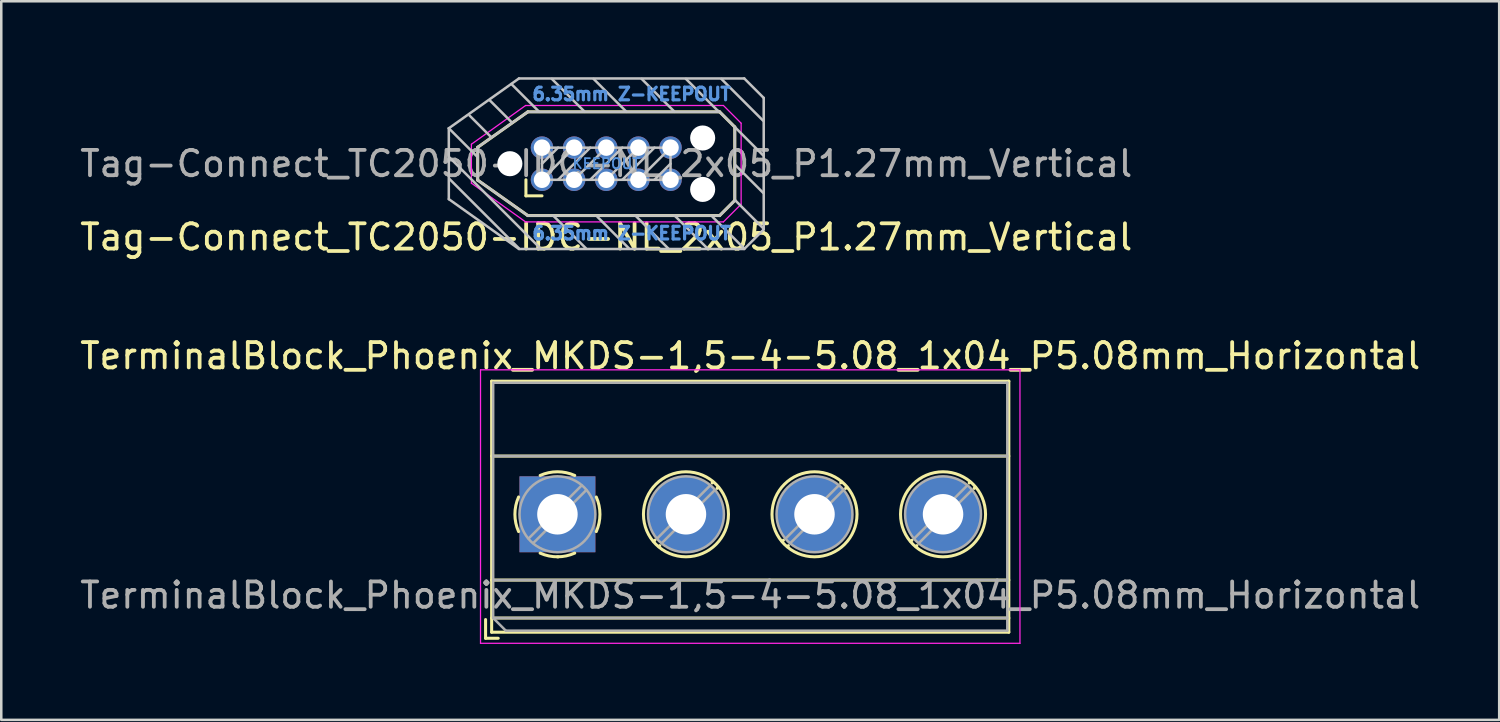
<source format=kicad_pcb>
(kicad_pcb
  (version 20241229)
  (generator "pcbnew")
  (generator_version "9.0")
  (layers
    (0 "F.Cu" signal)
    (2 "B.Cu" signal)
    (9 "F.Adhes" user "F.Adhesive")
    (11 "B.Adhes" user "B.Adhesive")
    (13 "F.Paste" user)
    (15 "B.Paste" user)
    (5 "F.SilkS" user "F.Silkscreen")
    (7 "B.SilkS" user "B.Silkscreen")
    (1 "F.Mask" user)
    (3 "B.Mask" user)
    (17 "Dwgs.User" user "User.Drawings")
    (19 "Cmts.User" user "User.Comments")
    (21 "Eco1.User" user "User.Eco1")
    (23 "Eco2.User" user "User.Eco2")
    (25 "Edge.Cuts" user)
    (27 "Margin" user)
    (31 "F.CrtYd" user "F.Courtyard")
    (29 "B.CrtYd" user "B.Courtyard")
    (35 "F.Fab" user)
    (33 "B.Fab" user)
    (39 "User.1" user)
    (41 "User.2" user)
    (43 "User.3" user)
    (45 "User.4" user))
  (footprint "Tag-Connect_TC2050-IDC-NL_2x05_P1.27mm_Vertical"
    (layer "F.Cu")
    (at 20.911 3.42)
    (property "Reference" "Tag-Connect_TC2050-IDC-NL_2x05_P1.27mm_Vertical" (at 0 2.9 0) (layer "F.SilkS") (effects (font (size 1 1) (thickness 0.15))))
    (attr exclude_from_pos_files exclude_from_bom)
    (fp_line (start -5.08 -0.65) (end -3.1 -2.05) (stroke (width 0.12) (type solid)) (layer "F.SilkS"))
    (fp_line (start -5.08 0.65) (end -5.08 -0.65) (stroke (width 0.12) (type solid)) (layer "F.SilkS"))
    (fp_line (start -3.175 1.27) (end -3.175 0.635) (stroke (width 0.12) (type solid)) (layer "F.SilkS"))
    (fp_line (start -3.1 -2.05) (end 4.48 -2.05) (stroke (width 0.12) (type solid)) (layer "F.SilkS"))
    (fp_line (start -3.1 2.05) (end -5.08 0.65) (stroke (width 0.12) (type solid)) (layer "F.SilkS"))
    (fp_line (start -2.54 1.27) (end -3.175 1.27) (stroke (width 0.12) (type solid)) (layer "F.SilkS"))
    (fp_line (start 4.48 -2.05) (end 5.08 -1.45) (stroke (width 0.12) (type solid)) (layer "F.SilkS"))
    (fp_line (start 4.48 2.05) (end -3.1 2.05) (stroke (width 0.12) (type solid)) (layer "F.SilkS"))
    (fp_line (start 4.48 2.05) (end 5.08 1.45) (stroke (width 0.12) (type solid)) (layer "F.SilkS"))
    (fp_line (start 5.08 -1.45) (end 5.08 1.45) (stroke (width 0.12) (type solid)) (layer "F.SilkS"))
    (fp_line (start -6.223 -1.4) (end -5.1 -0.277) (stroke (width 0.1) (type solid)) (layer "Dwgs.User"))
    (fp_line (start -6.223 -1.4) (end -3.45 -3.37) (stroke (width 0.1) (type solid)) (layer "Dwgs.User"))
    (fp_line (start -6.223 1.4) (end -6.223 -1.4) (stroke (width 0.1) (type solid)) (layer "Dwgs.User"))
    (fp_line (start -6.223 1.4) (end -3.45 3.37) (stroke (width 0.1) (type solid)) (layer "Dwgs.User"))
    (fp_line (start -6.2 -0.25) (end -2.6 3.35) (stroke (width 0.1) (type solid)) (layer "Dwgs.User"))
    (fp_line (start -6.2 0.6) (end -3.45 3.35) (stroke (width 0.1) (type solid)) (layer "Dwgs.User"))
    (fp_line (start -5.4 -1.9) (end -4.55 -1.05) (stroke (width 0.1) (type solid)) (layer "Dwgs.User"))
    (fp_line (start -5.08 -0.65) (end -3.1 -2.05) (stroke (width 0.1) (type solid)) (layer "Dwgs.User"))
    (fp_line (start -5.08 0.65) (end -5.08 -0.65) (stroke (width 0.1) (type solid)) (layer "Dwgs.User"))
    (fp_line (start -4.6 -2.5) (end -3.75 -1.65) (stroke (width 0.1) (type solid)) (layer "Dwgs.User"))
    (fp_line (start -3.75 -3.15) (end -2.65 -2.05) (stroke (width 0.1) (type solid)) (layer "Dwgs.User"))
    (fp_line (start -3.45 -3.37) (end 5.453 -3.37) (stroke (width 0.1) (type solid)) (layer "Dwgs.User"))
    (fp_line (start -3.1 -2.05) (end 4.48 -2.05) (stroke (width 0.1) (type solid)) (layer "Dwgs.User"))
    (fp_line (start -3.1 2.05) (end -5.08 0.65) (stroke (width 0.1) (type solid)) (layer "Dwgs.User"))
    (fp_line (start -2.54 -0.635) (end 2.54 -0.635) (stroke (width 0.1) (type solid)) (layer "Dwgs.User"))
    (fp_line (start -2.54 0) (end -1.905 -0.635) (stroke (width 0.1) (type solid)) (layer "Dwgs.User"))
    (fp_line (start -2.54 0.635) (end -2.54 -0.635) (stroke (width 0.1) (type solid)) (layer "Dwgs.User"))
    (fp_line (start -2.54 0.635) (end -1.27 -0.635) (stroke (width 0.1) (type solid)) (layer "Dwgs.User"))
    (fp_line (start -2.15 -3.35) (end -0.85 -2.05) (stroke (width 0.1) (type solid)) (layer "Dwgs.User"))
    (fp_line (start -2.1 2.05) (end -0.8 3.35) (stroke (width 0.1) (type solid)) (layer "Dwgs.User"))
    (fp_line (start -1.905 0.635) (end -0.635 -0.635) (stroke (width 0.1) (type solid)) (layer "Dwgs.User"))
    (fp_line (start -1.27 0.635) (end 0 -0.635) (stroke (width 0.1) (type solid)) (layer "Dwgs.User"))
    (fp_line (start -0.635 0.635) (end 0.635 -0.635) (stroke (width 0.1) (type solid)) (layer "Dwgs.User"))
    (fp_line (start -0.5 -3.35) (end 0.8 -2.05) (stroke (width 0.1) (type solid)) (layer "Dwgs.User"))
    (fp_line (start -0.35 2.1) (end 0.9 3.35) (stroke (width 0.1) (type solid)) (layer "Dwgs.User"))
    (fp_line (start 0 0.635) (end 1.27 -0.635) (stroke (width 0.1) (type solid)) (layer "Dwgs.User"))
    (fp_line (start 0.635 0.635) (end 1.905 -0.635) (stroke (width 0.1) (type solid)) (layer "Dwgs.User"))
    (fp_line (start 1.15 2.05) (end 2.45 3.35) (stroke (width 0.1) (type solid)) (layer "Dwgs.User"))
    (fp_line (start 1.27 0.635) (end 2.54 -0.635) (stroke (width 0.1) (type solid)) (layer "Dwgs.User"))
    (fp_line (start 1.4 -3.35) (end 2.7 -2.05) (stroke (width 0.1) (type solid)) (layer "Dwgs.User"))
    (fp_line (start 1.905 0.635) (end 2.54 0) (stroke (width 0.1) (type solid)) (layer "Dwgs.User"))
    (fp_line (start 2.54 -0.635) (end 2.54 0.635) (stroke (width 0.1) (type solid)) (layer "Dwgs.User"))
    (fp_line (start 2.54 0.635) (end -2.54 0.635) (stroke (width 0.1) (type solid)) (layer "Dwgs.User"))
    (fp_line (start 2.7 2.05) (end 4 3.35) (stroke (width 0.1) (type solid)) (layer "Dwgs.User"))
    (fp_line (start 3.15 -3.35) (end 4.4 -2.1) (stroke (width 0.1) (type solid)) (layer "Dwgs.User"))
    (fp_line (start 4.2 2.1) (end 5.45 3.35) (stroke (width 0.1) (type solid)) (layer "Dwgs.User"))
    (fp_line (start 4.4 -2.1) (end 4.45 -2.05) (stroke (width 0.1) (type solid)) (layer "Dwgs.User"))
    (fp_line (start 4.48 -2.05) (end 5.08 -1.45) (stroke (width 0.1) (type solid)) (layer "Dwgs.User"))
    (fp_line (start 4.48 2.05) (end -3.1 2.05) (stroke (width 0.1) (type solid)) (layer "Dwgs.User"))
    (fp_line (start 4.48 2.05) (end 5.08 1.45) (stroke (width 0.1) (type solid)) (layer "Dwgs.User"))
    (fp_line (start 4.55 -3.35) (end 6.2 -1.7) (stroke (width 0.1) (type solid)) (layer "Dwgs.User"))
    (fp_line (start 5.08 -1.45) (end 5.08 1.45) (stroke (width 0.1) (type solid)) (layer "Dwgs.User"))
    (fp_line (start 5.08 -1.45) (end 6.2 -0.33) (stroke (width 0.1) (type solid)) (layer "Dwgs.User"))
    (fp_line (start 5.1 0.05) (end 6.2 1.15) (stroke (width 0.1) (type solid)) (layer "Dwgs.User"))
    (fp_line (start 5.1 1.45) (end 6.2 2.55) (stroke (width 0.1) (type solid)) (layer "Dwgs.User"))
    (fp_line (start 5.453 -3.37) (end 6.223 -2.6) (stroke (width 0.1) (type solid)) (layer "Dwgs.User"))
    (fp_line (start 5.453 3.37) (end -3.45 3.37) (stroke (width 0.1) (type solid)) (layer "Dwgs.User"))
    (fp_line (start 5.453 3.37) (end 6.223 2.6) (stroke (width 0.1) (type solid)) (layer "Dwgs.User"))
    (fp_line (start 6.223 -2.6) (end 6.223 2.6) (stroke (width 0.1) (type solid)) (layer "Dwgs.User"))
    (fp_line (start -5.33 -0.77) (end -3.19 -2.3) (stroke (width 0.05) (type solid)) (layer "F.CrtYd"))
    (fp_line (start -5.33 0.77) (end -5.33 -0.77) (stroke (width 0.05) (type solid)) (layer "F.CrtYd"))
    (fp_line (start -3.19 -2.3) (end 4.63 -2.3) (stroke (width 0.05) (type solid)) (layer "F.CrtYd"))
    (fp_line (start -3.19 2.3) (end -5.33 0.77) (stroke (width 0.05) (type solid)) (layer "F.CrtYd"))
    (fp_line (start 4.63 -2.3) (end 5.33 -1.6) (stroke (width 0.05) (type solid)) (layer "F.CrtYd"))
    (fp_line (start 4.63 2.3) (end -3.19 2.3) (stroke (width 0.05) (type solid)) (layer "F.CrtYd"))
    (fp_line (start 4.63 2.3) (end 5.33 1.6) (stroke (width 0.05) (type solid)) (layer "F.CrtYd"))
    (fp_line (start 5.33 -1.6) (end 5.33 1.6) (stroke (width 0.05) (type solid)) (layer "F.CrtYd"))
    (fp_text user "6.35mm Z-KEEPOUT" (at 1 2.75 0) (layer "Cmts.User") (effects (font (size 0.5 0.5) (thickness 0.125))))
    (fp_text user "6.35mm Z-KEEPOUT" (at 1 -2.75 0) (layer "Cmts.User") (effects (font (size 0.5 0.5) (thickness 0.125))))
    (fp_text user "KEEPOUT" (at 0 0 0) (layer "Cmts.User") (effects (font (size 0.4 0.4) (thickness 0.07))))
    (fp_text user "${REFERENCE}" (at 0 0 0) (layer "F.Fab") (effects (font (size 1 1) (thickness 0.15))))
    (pad "" np_thru_hole circle (at -3.81 0) (size 0.991 0.991) (drill 0.991) (layers "*.Cu" "*.Mask"))
    (pad "" np_thru_hole circle (at 3.81 -1.016) (size 0.991 0.991) (drill 0.991) (layers "*.Cu" "*.Mask"))
    (pad "" np_thru_hole circle (at 3.81 1.016) (size 0.991 0.991) (drill 0.991) (layers "*.Cu" "*.Mask"))
    (pad "1" thru_hole circle (at -2.54 0.635) (size 0.889 0.889) (drill 0.65) (layers "*.Cu" "*.Mask"))
    (pad "2" thru_hole circle (at -1.27 0.635) (size 0.889 0.889) (drill 0.65) (layers "*.Cu" "*.Mask"))
    (pad "3" thru_hole circle (at 0 0.635) (size 0.889 0.889) (drill 0.65) (layers "*.Cu" "*.Mask"))
    (pad "4" thru_hole circle (at 1.27 0.635) (size 0.889 0.889) (drill 0.65) (layers "*.Cu" "*.Mask"))
    (pad "5" thru_hole circle (at 2.54 0.635) (size 0.889 0.889) (drill 0.65) (layers "*.Cu" "*.Mask"))
    (pad "6" thru_hole circle (at 2.54 -0.635) (size 0.889 0.889) (drill 0.65) (layers "*.Cu" "*.Mask"))
    (pad "7" thru_hole circle (at 1.27 -0.635) (size 0.889 0.889) (drill 0.65) (layers "*.Cu" "*.Mask"))
    (pad "8" thru_hole circle (at 0 -0.635) (size 0.889 0.889) (drill 0.65) (layers "*.Cu" "*.Mask"))
    (pad "9" thru_hole circle (at -1.27 -0.635) (size 0.889 0.889) (drill 0.65) (layers "*.Cu" "*.Mask"))
    (pad "10" thru_hole circle (at -2.54 -0.635) (size 0.889 0.889) (drill 0.65) (layers "*.Cu" "*.Mask")))
  (footprint "TerminalBlock_Phoenix_MKDS-1,5-4-5.08_1x04_P5.08mm_Horizontal"
    (layer "F.Cu")
    (at 18.981 17.276)
    (property "Reference" "TerminalBlock_Phoenix_MKDS-1,5-4-5.08_1x04_P5.08mm_Horizontal" (at 7.62 -6.26 0) (layer "F.SilkS") (effects (font (size 1 1) (thickness 0.15))))
    (attr through_hole)
    (fp_line (start -2.84 4.16) (end -2.84 4.9) (stroke (width 0.12) (type solid)) (layer "F.SilkS"))
    (fp_line (start -2.84 4.9) (end -2.34 4.9) (stroke (width 0.12) (type solid)) (layer "F.SilkS"))
    (fp_line (start -2.6 -5.261) (end -2.6 4.66) (stroke (width 0.12) (type solid)) (layer "F.SilkS"))
    (fp_line (start -2.6 -5.261) (end 17.84 -5.261) (stroke (width 0.12) (type solid)) (layer "F.SilkS"))
    (fp_line (start -2.6 -2.301) (end 17.84 -2.301) (stroke (width 0.12) (type solid)) (layer "F.SilkS"))
    (fp_line (start -2.6 2.6) (end 17.84 2.6) (stroke (width 0.12) (type solid)) (layer "F.SilkS"))
    (fp_line (start -2.6 4.1) (end 17.84 4.1) (stroke (width 0.12) (type solid)) (layer "F.SilkS"))
    (fp_line (start -2.6 4.66) (end 17.84 4.66) (stroke (width 0.12) (type solid)) (layer "F.SilkS"))
    (fp_line (start 3.853 1.023) (end 3.806 1.069) (stroke (width 0.12) (type solid)) (layer "F.SilkS"))
    (fp_line (start 4.046 1.239) (end 4.011 1.274) (stroke (width 0.12) (type solid)) (layer "F.SilkS"))
    (fp_line (start 6.15 -1.275) (end 6.115 -1.239) (stroke (width 0.12) (type solid)) (layer "F.SilkS"))
    (fp_line (start 6.355 -1.069) (end 6.308 -1.023) (stroke (width 0.12) (type solid)) (layer "F.SilkS"))
    (fp_line (start 8.933 1.023) (end 8.886 1.069) (stroke (width 0.12) (type solid)) (layer "F.SilkS"))
    (fp_line (start 9.126 1.239) (end 9.091 1.274) (stroke (width 0.12) (type solid)) (layer "F.SilkS"))
    (fp_line (start 11.23 -1.275) (end 11.195 -1.239) (stroke (width 0.12) (type solid)) (layer "F.SilkS"))
    (fp_line (start 11.435 -1.069) (end 11.388 -1.023) (stroke (width 0.12) (type solid)) (layer "F.SilkS"))
    (fp_line (start 14.013 1.023) (end 13.966 1.069) (stroke (width 0.12) (type solid)) (layer "F.SilkS"))
    (fp_line (start 14.206 1.239) (end 14.171 1.274) (stroke (width 0.12) (type solid)) (layer "F.SilkS"))
    (fp_line (start 16.31 -1.275) (end 16.275 -1.239) (stroke (width 0.12) (type solid)) (layer "F.SilkS"))
    (fp_line (start 16.515 -1.069) (end 16.468 -1.023) (stroke (width 0.12) (type solid)) (layer "F.SilkS"))
    (fp_line (start 17.84 -5.261) (end 17.84 4.66) (stroke (width 0.12) (type solid)) (layer "F.SilkS"))
    (fp_arc (start -1.535427 0.683042) (mid -1.680501 -0.000524) (end -1.535 -0.684) (stroke (width 0.12) (type solid)) (layer "F.SilkS"))
    (fp_arc (start -0.683042 -1.535427) (mid 0.000524 -1.680501) (end 0.684 -1.535) (stroke (width 0.12) (type solid)) (layer "F.SilkS"))
    (fp_arc (start 0.028805 1.680253) (mid -0.335551 1.646659) (end -0.684 1.535) (stroke (width 0.12) (type solid)) (layer "F.SilkS"))
    (fp_arc (start 0.683318 1.534756) (mid 0.349292 1.643288) (end 0 1.68) (stroke (width 0.12) (type solid)) (layer "F.SilkS"))
    (fp_arc (start 1.535427 -0.683042) (mid 1.680501 0.000524) (end 1.535 0.684) (stroke (width 0.12) (type solid)) (layer "F.SilkS"))
    (fp_circle (center 5.08 0) (end 6.76 0) (stroke (width 0.12) (type solid)) (fill no) (layer "F.SilkS"))
    (fp_circle (center 10.16 0) (end 11.84 0) (stroke (width 0.12) (type solid)) (fill no) (layer "F.SilkS"))
    (fp_circle (center 15.24 0) (end 16.92 0) (stroke (width 0.12) (type solid)) (fill no) (layer "F.SilkS"))
    (fp_line (start -3.04 -5.71) (end -3.04 5.1) (stroke (width 0.05) (type solid)) (layer "F.CrtYd"))
    (fp_line (start -3.04 5.1) (end 18.28 5.1) (stroke (width 0.05) (type solid)) (layer "F.CrtYd"))
    (fp_line (start 18.28 -5.71) (end -3.04 -5.71) (stroke (width 0.05) (type solid)) (layer "F.CrtYd"))
    (fp_line (start 18.28 5.1) (end 18.28 -5.71) (stroke (width 0.05) (type solid)) (layer "F.CrtYd"))
    (fp_line (start -2.54 -5.2) (end 17.78 -5.2) (stroke (width 0.1) (type solid)) (layer "F.Fab"))
    (fp_line (start -2.54 -2.3) (end 17.78 -2.3) (stroke (width 0.1) (type solid)) (layer "F.Fab"))
    (fp_line (start -2.54 2.6) (end 17.78 2.6) (stroke (width 0.1) (type solid)) (layer "F.Fab"))
    (fp_line (start -2.54 4.1) (end -2.54 -5.2) (stroke (width 0.1) (type solid)) (layer "F.Fab"))
    (fp_line (start -2.54 4.1) (end 17.78 4.1) (stroke (width 0.1) (type solid)) (layer "F.Fab"))
    (fp_line (start -2.04 4.6) (end -2.54 4.1) (stroke (width 0.1) (type solid)) (layer "F.Fab"))
    (fp_line (start 0.955 -1.138) (end -1.138 0.955) (stroke (width 0.1) (type solid)) (layer "F.Fab"))
    (fp_line (start 1.138 -0.955) (end -0.955 1.138) (stroke (width 0.1) (type solid)) (layer "F.Fab"))
    (fp_line (start 6.035 -1.138) (end 3.943 0.955) (stroke (width 0.1) (type solid)) (layer "F.Fab"))
    (fp_line (start 6.218 -0.955) (end 4.126 1.138) (stroke (width 0.1) (type solid)) (layer "F.Fab"))
    (fp_line (start 11.115 -1.138) (end 9.023 0.955) (stroke (width 0.1) (type solid)) (layer "F.Fab"))
    (fp_line (start 11.298 -0.955) (end 9.206 1.138) (stroke (width 0.1) (type solid)) (layer "F.Fab"))
    (fp_line (start 16.195 -1.138) (end 14.103 0.955) (stroke (width 0.1) (type solid)) (layer "F.Fab"))
    (fp_line (start 16.378 -0.955) (end 14.286 1.138) (stroke (width 0.1) (type solid)) (layer "F.Fab"))
    (fp_line (start 17.78 -5.2) (end 17.78 4.6) (stroke (width 0.1) (type solid)) (layer "F.Fab"))
    (fp_line (start 17.78 4.6) (end -2.04 4.6) (stroke (width 0.1) (type solid)) (layer "F.Fab"))
    (fp_circle (center 0 0) (end 1.5 0) (stroke (width 0.1) (type solid)) (fill no) (layer "F.Fab"))
    (fp_circle (center 5.08 0) (end 6.58 0) (stroke (width 0.1) (type solid)) (fill no) (layer "F.Fab"))
    (fp_circle (center 10.16 0) (end 11.66 0) (stroke (width 0.1) (type solid)) (fill no) (layer "F.Fab"))
    (fp_circle (center 15.24 0) (end 16.74 0) (stroke (width 0.1) (type solid)) (fill no) (layer "F.Fab"))
    (fp_text user "${REFERENCE}" (at 7.62 3.2 0) (layer "F.Fab") (effects (font (size 1 1) (thickness 0.15))))
    (pad "1" thru_hole rect (at 0 0) (size 3 3) (drill 1.6) (layers "*.Cu" "*.Mask"))
    (pad "2" thru_hole circle (at 5.08 0) (size 3 3) (drill 1.6) (layers "*.Cu" "*.Mask"))
    (pad "3" thru_hole circle (at 10.16 0) (size 3 3) (drill 1.6) (layers "*.Cu" "*.Mask"))
    (pad "4" thru_hole circle (at 15.24 0) (size 3 3) (drill 1.6) (layers "*.Cu" "*.Mask")))
  (gr_rect
    (start -3 -3)
    (end 56.202 25.401)
    (stroke (width 0.1) (type default))
    (fill no)
    (layer "Edge.Cuts")))
</source>
